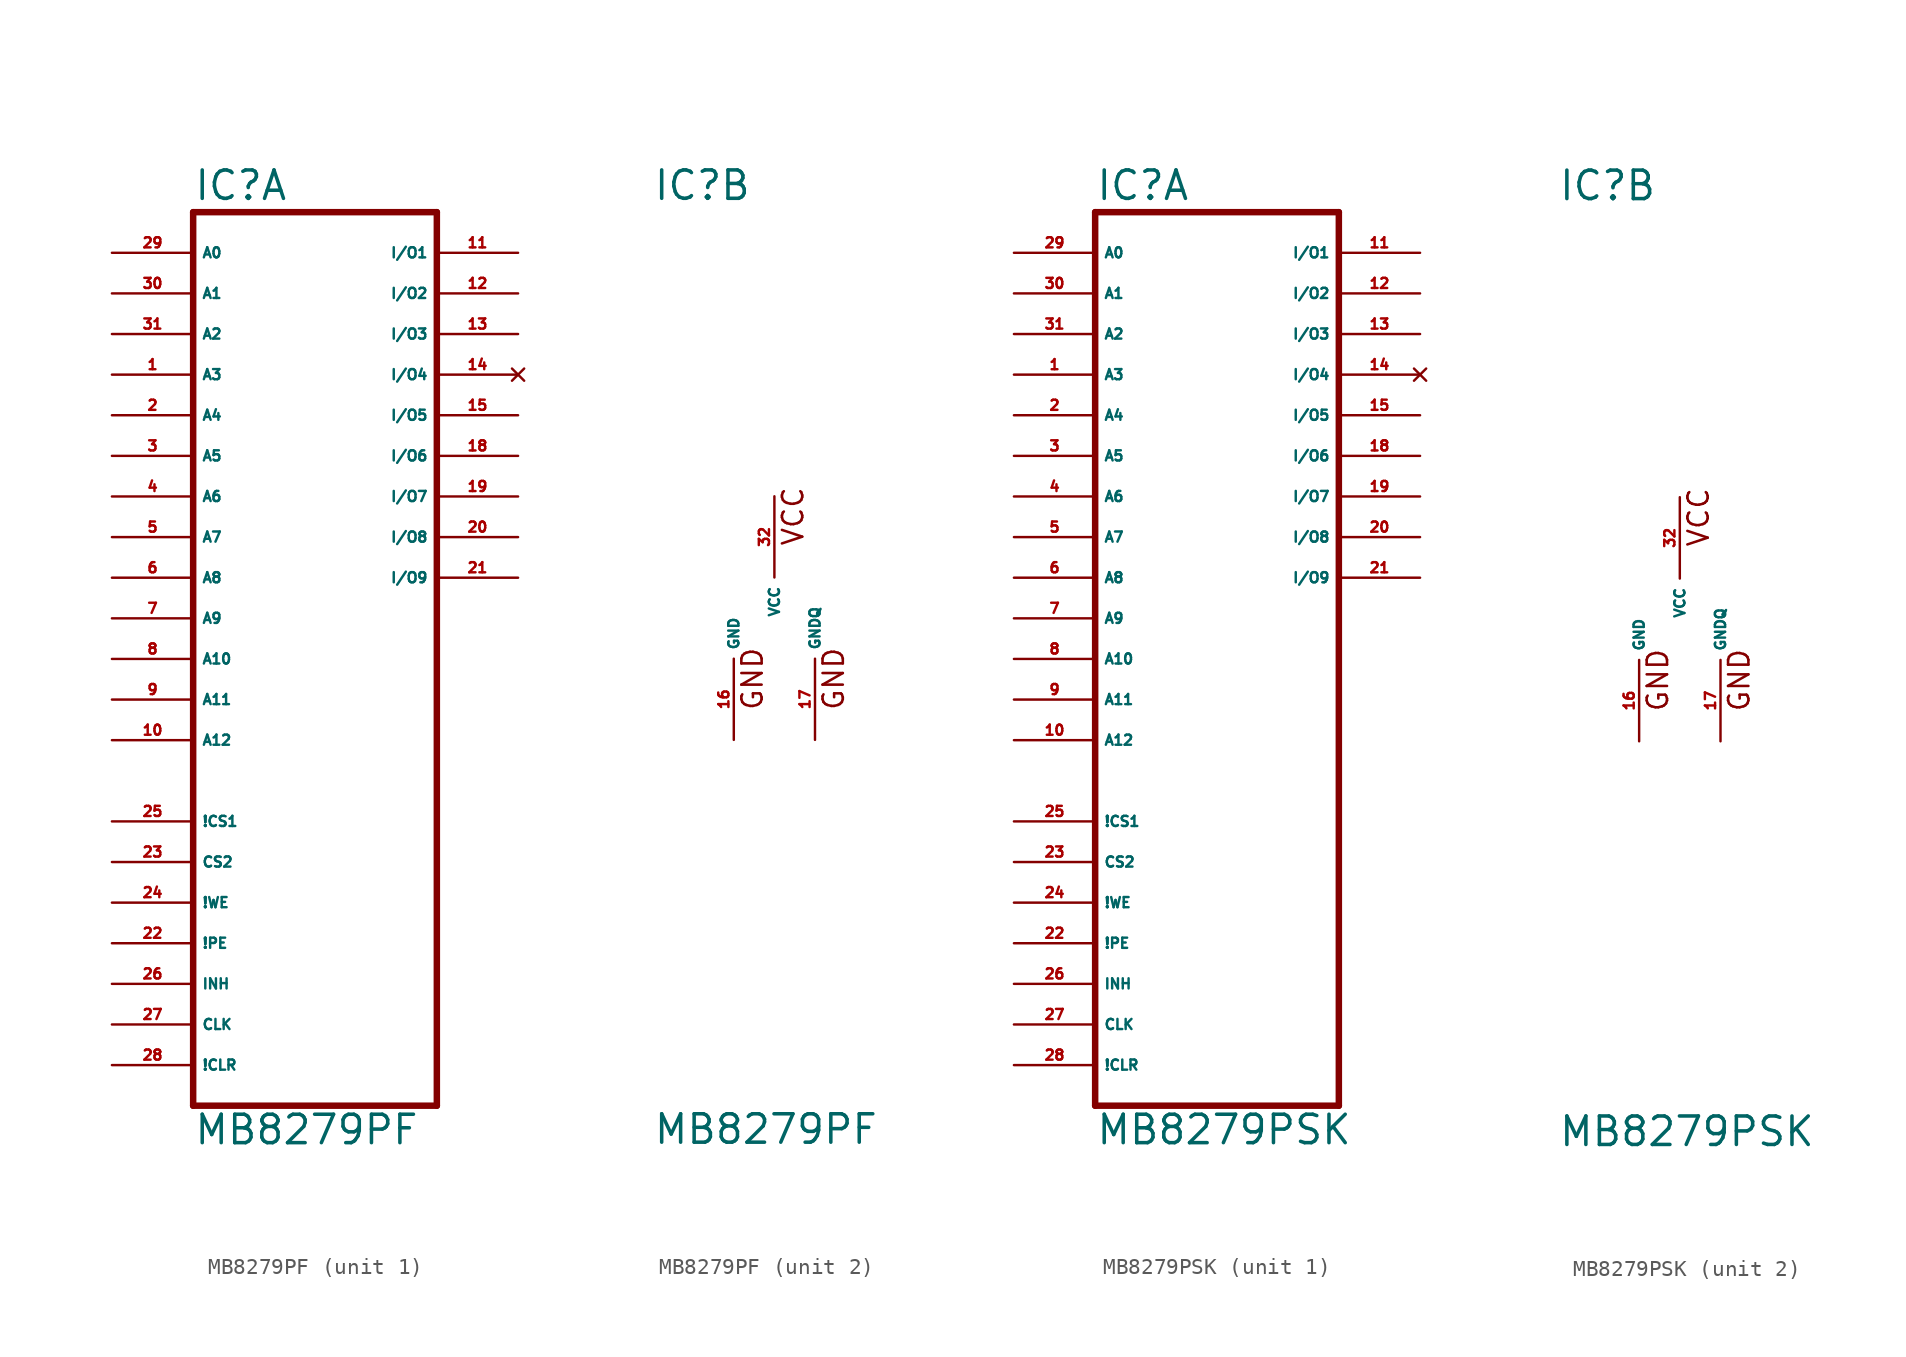
<source format=kicad_sym>
(kicad_symbol_lib
  (version 20220914)
  (generator Eagle2Kicad)
  (symbol "MB8279PF"
    (property "Reference" "IC"
      (at -7.62 26.035 0)
      (effects (font (size 1.778 1.778) (thickness 0.22)) (justify left bottom)))
    (property "Value" "MB8279PF"
      (at -7.62 -33.02 0)
      (effects (font (size 1.778 1.778) (thickness 0.22)) (justify left bottom)))
    (symbol "MB8279PF_1_0"
      (polyline (pts (xy -7.62 -30.48) (xy -7.62 25.4)) (stroke (width 0.406) (type default)) (fill (type none)))
      (polyline (pts (xy -7.62 25.4) (xy 7.62 25.4)) (stroke (width 0.406) (type default)) (fill (type none)))
      (polyline (pts (xy 7.62 25.4) (xy 7.62 -30.48)) (stroke (width 0.406) (type default)) (fill (type none)))
      (polyline (pts (xy 7.62 -30.48) (xy -7.62 -30.48)) (stroke (width 0.406) (type default)) (fill (type none)))
      (pin input line (at -12.7 22.86 0) (length 5.08) (name "A0" (effects (font (size 0.635 0.635) (thickness 0.08)) (justify left bottom))) (number "29" (effects (font (size 0.635 0.635) (thickness 0.08)) (justify left bottom))))
      (pin input line (at -12.7 20.32 0) (length 5.08) (name "A1" (effects (font (size 0.635 0.635) (thickness 0.08)) (justify left bottom))) (number "30" (effects (font (size 0.635 0.635) (thickness 0.08)) (justify left bottom))))
      (pin input line (at -12.7 17.78 0) (length 5.08) (name "A2" (effects (font (size 0.635 0.635) (thickness 0.08)) (justify left bottom))) (number "31" (effects (font (size 0.635 0.635) (thickness 0.08)) (justify left bottom))))
      (pin input line (at -12.7 15.24 0) (length 5.08) (name "A3" (effects (font (size 0.635 0.635) (thickness 0.08)) (justify left bottom))) (number "1" (effects (font (size 0.635 0.635) (thickness 0.08)) (justify left bottom))))
      (pin input line (at -12.7 12.7 0) (length 5.08) (name "A4" (effects (font (size 0.635 0.635) (thickness 0.08)) (justify left bottom))) (number "2" (effects (font (size 0.635 0.635) (thickness 0.08)) (justify left bottom))))
      (pin input line (at -12.7 7.62 0) (length 5.08) (name "A6" (effects (font (size 0.635 0.635) (thickness 0.08)) (justify left bottom))) (number "4" (effects (font (size 0.635 0.635) (thickness 0.08)) (justify left bottom))))
      (pin input line (at -12.7 10.16 0) (length 5.08) (name "A5" (effects (font (size 0.635 0.635) (thickness 0.08)) (justify left bottom))) (number "3" (effects (font (size 0.635 0.635) (thickness 0.08)) (justify left bottom))))
      (pin input line (at -12.7 5.08 0) (length 5.08) (name "A7" (effects (font (size 0.635 0.635) (thickness 0.08)) (justify left bottom))) (number "5" (effects (font (size 0.635 0.635) (thickness 0.08)) (justify left bottom))))
      (pin input line (at -12.7 2.54 0) (length 5.08) (name "A8" (effects (font (size 0.635 0.635) (thickness 0.08)) (justify left bottom))) (number "6" (effects (font (size 0.635 0.635) (thickness 0.08)) (justify left bottom))))
      (pin input line (at -12.7 0 0) (length 5.08) (name "A9" (effects (font (size 0.635 0.635) (thickness 0.08)) (justify left bottom))) (number "7" (effects (font (size 0.635 0.635) (thickness 0.08)) (justify left bottom))))
      (pin input line (at -12.7 -2.54 0) (length 5.08) (name "A10" (effects (font (size 0.635 0.635) (thickness 0.08)) (justify left bottom))) (number "8" (effects (font (size 0.635 0.635) (thickness 0.08)) (justify left bottom))))
      (pin input line (at -12.7 -5.08 0) (length 5.08) (name "A11" (effects (font (size 0.635 0.635) (thickness 0.08)) (justify left bottom))) (number "9" (effects (font (size 0.635 0.635) (thickness 0.08)) (justify left bottom))))
      (pin bidirectional line (at 12.7 22.86 180) (length 5.08) (name "I/O1" (effects (font (size 0.635 0.635) (thickness 0.08)) (justify left bottom))) (number "11" (effects (font (size 0.635 0.635) (thickness 0.08)) (justify left bottom))))
      (pin bidirectional line (at 12.7 20.32 180) (length 5.08) (name "I/O2" (effects (font (size 0.635 0.635) (thickness 0.08)) (justify left bottom))) (number "12" (effects (font (size 0.635 0.635) (thickness 0.08)) (justify left bottom))))
      (pin bidirectional line (at 12.7 17.78 180) (length 5.08) (name "I/O3" (effects (font (size 0.635 0.635) (thickness 0.08)) (justify left bottom))) (number "13" (effects (font (size 0.635 0.635) (thickness 0.08)) (justify left bottom))))
      (pin no_connect line (at 12.7 15.24 180) (length 5.08) (name "I/O4" (effects (font (size 0.635 0.635) (thickness 0.08)) (justify left bottom) hide)) (number "14" (effects (font (size 0.635 0.635) (thickness 0.08)) (justify left bottom) hide)))
      (pin input line (at -12.7 -15.24 0) (length 5.08) (name "CS2" (effects (font (size 0.635 0.635) (thickness 0.08)) (justify left bottom))) (number "23" (effects (font (size 0.635 0.635) (thickness 0.08)) (justify left bottom))))
      (pin input line (at -12.7 -17.78 0) (length 5.08) (name "!WE" (effects (font (size 0.635 0.635) (thickness 0.08)) (justify left bottom))) (number "24" (effects (font (size 0.635 0.635) (thickness 0.08)) (justify left bottom))))
      (pin input line (at -12.7 -7.62 0) (length 5.08) (name "A12" (effects (font (size 0.635 0.635) (thickness 0.08)) (justify left bottom))) (number "10" (effects (font (size 0.635 0.635) (thickness 0.08)) (justify left bottom))))
      (pin input line (at -12.7 -20.32 0) (length 5.08) (name "!PE" (effects (font (size 0.635 0.635) (thickness 0.08)) (justify left bottom))) (number "22" (effects (font (size 0.635 0.635) (thickness 0.08)) (justify left bottom))))
      (pin bidirectional line (at 12.7 12.7 180) (length 5.08) (name "I/O5" (effects (font (size 0.635 0.635) (thickness 0.08)) (justify left bottom))) (number "15" (effects (font (size 0.635 0.635) (thickness 0.08)) (justify left bottom))))
      (pin bidirectional line (at 12.7 10.16 180) (length 5.08) (name "I/O6" (effects (font (size 0.635 0.635) (thickness 0.08)) (justify left bottom))) (number "18" (effects (font (size 0.635 0.635) (thickness 0.08)) (justify left bottom))))
      (pin bidirectional line (at 12.7 7.62 180) (length 5.08) (name "I/O7" (effects (font (size 0.635 0.635) (thickness 0.08)) (justify left bottom))) (number "19" (effects (font (size 0.635 0.635) (thickness 0.08)) (justify left bottom))))
      (pin bidirectional line (at 12.7 5.08 180) (length 5.08) (name "I/O8" (effects (font (size 0.635 0.635) (thickness 0.08)) (justify left bottom))) (number "20" (effects (font (size 0.635 0.635) (thickness 0.08)) (justify left bottom))))
      (pin bidirectional line (at 12.7 2.54 180) (length 5.08) (name "I/O9" (effects (font (size 0.635 0.635) (thickness 0.08)) (justify left bottom))) (number "21" (effects (font (size 0.635 0.635) (thickness 0.08)) (justify left bottom))))
      (pin input line (at -12.7 -12.7 0) (length 5.08) (name "!CS1" (effects (font (size 0.635 0.635) (thickness 0.08)) (justify left bottom))) (number "25" (effects (font (size 0.635 0.635) (thickness 0.08)) (justify left bottom))))
      (pin input line (at -12.7 -22.86 0) (length 5.08) (name "INH" (effects (font (size 0.635 0.635) (thickness 0.08)) (justify left bottom))) (number "26" (effects (font (size 0.635 0.635) (thickness 0.08)) (justify left bottom))))
      (pin input line (at -12.7 -25.4 0) (length 5.08) (name "CLK" (effects (font (size 0.635 0.635) (thickness 0.08)) (justify left bottom))) (number "27" (effects (font (size 0.635 0.635) (thickness 0.08)) (justify left bottom))))
      (pin input line (at -12.7 -27.94 0) (length 5.08) (name "!CLR" (effects (font (size 0.635 0.635) (thickness 0.08)) (justify left bottom))) (number "28" (effects (font (size 0.635 0.635) (thickness 0.08)) (justify left bottom)))))
    (symbol "MB8279PF_2_0"
      (text "GND" (at 4.445 -5.842 900) (effects (font (size 1.27 1.27) (thickness 0.16)) (justify left bottom)))
      (text "VCC" (at 1.905 4.445 900) (effects (font (size 1.27 1.27) (thickness 0.16)) (justify left bottom)))
      (text "GND" (at -0.635 -5.842 900) (effects (font (size 1.27 1.27) (thickness 0.16)) (justify left bottom)))
      (pin unspecified line (at -2.54 -7.62 90) (length 5.08) (name "GND" (effects (font (size 0.635 0.635) (thickness 0.08)) (justify left bottom))) (number "16" (effects (font (size 0.635 0.635) (thickness 0.08)) (justify left bottom))))
      (pin unspecified line (at 0 7.62 270) (length 5.08) (name "VCC" (effects (font (size 0.635 0.635) (thickness 0.08)) (justify left bottom))) (number "32" (effects (font (size 0.635 0.635) (thickness 0.08)) (justify left bottom))))
      (pin unspecified line (at 2.54 -7.62 90) (length 5.08) (name "GNDQ" (effects (font (size 0.635 0.635) (thickness 0.08)) (justify left bottom))) (number "17" (effects (font (size 0.635 0.635) (thickness 0.08)) (justify left bottom))))))
  (symbol "MB8279PSK"
    (property "Reference" "IC"
      (at -7.62 26.035 0)
      (effects (font (size 1.778 1.778) (thickness 0.22)) (justify left bottom)))
    (property "Value" "MB8279PSK"
      (at -7.62 -33.02 0)
      (effects (font (size 1.778 1.778) (thickness 0.22)) (justify left bottom)))
    (symbol "MB8279PSK_1_0"
      (polyline (pts (xy -7.62 -30.48) (xy -7.62 25.4)) (stroke (width 0.406) (type default)) (fill (type none)))
      (polyline (pts (xy -7.62 25.4) (xy 7.62 25.4)) (stroke (width 0.406) (type default)) (fill (type none)))
      (polyline (pts (xy 7.62 25.4) (xy 7.62 -30.48)) (stroke (width 0.406) (type default)) (fill (type none)))
      (polyline (pts (xy 7.62 -30.48) (xy -7.62 -30.48)) (stroke (width 0.406) (type default)) (fill (type none)))
      (pin input line (at -12.7 22.86 0) (length 5.08) (name "A0" (effects (font (size 0.635 0.635) (thickness 0.08)) (justify left bottom))) (number "29" (effects (font (size 0.635 0.635) (thickness 0.08)) (justify left bottom))))
      (pin input line (at -12.7 20.32 0) (length 5.08) (name "A1" (effects (font (size 0.635 0.635) (thickness 0.08)) (justify left bottom))) (number "30" (effects (font (size 0.635 0.635) (thickness 0.08)) (justify left bottom))))
      (pin input line (at -12.7 17.78 0) (length 5.08) (name "A2" (effects (font (size 0.635 0.635) (thickness 0.08)) (justify left bottom))) (number "31" (effects (font (size 0.635 0.635) (thickness 0.08)) (justify left bottom))))
      (pin input line (at -12.7 15.24 0) (length 5.08) (name "A3" (effects (font (size 0.635 0.635) (thickness 0.08)) (justify left bottom))) (number "1" (effects (font (size 0.635 0.635) (thickness 0.08)) (justify left bottom))))
      (pin input line (at -12.7 12.7 0) (length 5.08) (name "A4" (effects (font (size 0.635 0.635) (thickness 0.08)) (justify left bottom))) (number "2" (effects (font (size 0.635 0.635) (thickness 0.08)) (justify left bottom))))
      (pin input line (at -12.7 7.62 0) (length 5.08) (name "A6" (effects (font (size 0.635 0.635) (thickness 0.08)) (justify left bottom))) (number "4" (effects (font (size 0.635 0.635) (thickness 0.08)) (justify left bottom))))
      (pin input line (at -12.7 10.16 0) (length 5.08) (name "A5" (effects (font (size 0.635 0.635) (thickness 0.08)) (justify left bottom))) (number "3" (effects (font (size 0.635 0.635) (thickness 0.08)) (justify left bottom))))
      (pin input line (at -12.7 5.08 0) (length 5.08) (name "A7" (effects (font (size 0.635 0.635) (thickness 0.08)) (justify left bottom))) (number "5" (effects (font (size 0.635 0.635) (thickness 0.08)) (justify left bottom))))
      (pin input line (at -12.7 2.54 0) (length 5.08) (name "A8" (effects (font (size 0.635 0.635) (thickness 0.08)) (justify left bottom))) (number "6" (effects (font (size 0.635 0.635) (thickness 0.08)) (justify left bottom))))
      (pin input line (at -12.7 0 0) (length 5.08) (name "A9" (effects (font (size 0.635 0.635) (thickness 0.08)) (justify left bottom))) (number "7" (effects (font (size 0.635 0.635) (thickness 0.08)) (justify left bottom))))
      (pin input line (at -12.7 -2.54 0) (length 5.08) (name "A10" (effects (font (size 0.635 0.635) (thickness 0.08)) (justify left bottom))) (number "8" (effects (font (size 0.635 0.635) (thickness 0.08)) (justify left bottom))))
      (pin input line (at -12.7 -5.08 0) (length 5.08) (name "A11" (effects (font (size 0.635 0.635) (thickness 0.08)) (justify left bottom))) (number "9" (effects (font (size 0.635 0.635) (thickness 0.08)) (justify left bottom))))
      (pin bidirectional line (at 12.7 22.86 180) (length 5.08) (name "I/O1" (effects (font (size 0.635 0.635) (thickness 0.08)) (justify left bottom))) (number "11" (effects (font (size 0.635 0.635) (thickness 0.08)) (justify left bottom))))
      (pin bidirectional line (at 12.7 20.32 180) (length 5.08) (name "I/O2" (effects (font (size 0.635 0.635) (thickness 0.08)) (justify left bottom))) (number "12" (effects (font (size 0.635 0.635) (thickness 0.08)) (justify left bottom))))
      (pin bidirectional line (at 12.7 17.78 180) (length 5.08) (name "I/O3" (effects (font (size 0.635 0.635) (thickness 0.08)) (justify left bottom))) (number "13" (effects (font (size 0.635 0.635) (thickness 0.08)) (justify left bottom))))
      (pin no_connect line (at 12.7 15.24 180) (length 5.08) (name "I/O4" (effects (font (size 0.635 0.635) (thickness 0.08)) (justify left bottom) hide)) (number "14" (effects (font (size 0.635 0.635) (thickness 0.08)) (justify left bottom) hide)))
      (pin input line (at -12.7 -15.24 0) (length 5.08) (name "CS2" (effects (font (size 0.635 0.635) (thickness 0.08)) (justify left bottom))) (number "23" (effects (font (size 0.635 0.635) (thickness 0.08)) (justify left bottom))))
      (pin input line (at -12.7 -17.78 0) (length 5.08) (name "!WE" (effects (font (size 0.635 0.635) (thickness 0.08)) (justify left bottom))) (number "24" (effects (font (size 0.635 0.635) (thickness 0.08)) (justify left bottom))))
      (pin input line (at -12.7 -7.62 0) (length 5.08) (name "A12" (effects (font (size 0.635 0.635) (thickness 0.08)) (justify left bottom))) (number "10" (effects (font (size 0.635 0.635) (thickness 0.08)) (justify left bottom))))
      (pin input line (at -12.7 -20.32 0) (length 5.08) (name "!PE" (effects (font (size 0.635 0.635) (thickness 0.08)) (justify left bottom))) (number "22" (effects (font (size 0.635 0.635) (thickness 0.08)) (justify left bottom))))
      (pin bidirectional line (at 12.7 12.7 180) (length 5.08) (name "I/O5" (effects (font (size 0.635 0.635) (thickness 0.08)) (justify left bottom))) (number "15" (effects (font (size 0.635 0.635) (thickness 0.08)) (justify left bottom))))
      (pin bidirectional line (at 12.7 10.16 180) (length 5.08) (name "I/O6" (effects (font (size 0.635 0.635) (thickness 0.08)) (justify left bottom))) (number "18" (effects (font (size 0.635 0.635) (thickness 0.08)) (justify left bottom))))
      (pin bidirectional line (at 12.7 7.62 180) (length 5.08) (name "I/O7" (effects (font (size 0.635 0.635) (thickness 0.08)) (justify left bottom))) (number "19" (effects (font (size 0.635 0.635) (thickness 0.08)) (justify left bottom))))
      (pin bidirectional line (at 12.7 5.08 180) (length 5.08) (name "I/O8" (effects (font (size 0.635 0.635) (thickness 0.08)) (justify left bottom))) (number "20" (effects (font (size 0.635 0.635) (thickness 0.08)) (justify left bottom))))
      (pin bidirectional line (at 12.7 2.54 180) (length 5.08) (name "I/O9" (effects (font (size 0.635 0.635) (thickness 0.08)) (justify left bottom))) (number "21" (effects (font (size 0.635 0.635) (thickness 0.08)) (justify left bottom))))
      (pin input line (at -12.7 -12.7 0) (length 5.08) (name "!CS1" (effects (font (size 0.635 0.635) (thickness 0.08)) (justify left bottom))) (number "25" (effects (font (size 0.635 0.635) (thickness 0.08)) (justify left bottom))))
      (pin input line (at -12.7 -22.86 0) (length 5.08) (name "INH" (effects (font (size 0.635 0.635) (thickness 0.08)) (justify left bottom))) (number "26" (effects (font (size 0.635 0.635) (thickness 0.08)) (justify left bottom))))
      (pin input line (at -12.7 -25.4 0) (length 5.08) (name "CLK" (effects (font (size 0.635 0.635) (thickness 0.08)) (justify left bottom))) (number "27" (effects (font (size 0.635 0.635) (thickness 0.08)) (justify left bottom))))
      (pin input line (at -12.7 -27.94 0) (length 5.08) (name "!CLR" (effects (font (size 0.635 0.635) (thickness 0.08)) (justify left bottom))) (number "28" (effects (font (size 0.635 0.635) (thickness 0.08)) (justify left bottom)))))
    (symbol "MB8279PSK_2_0"
      (text "GND" (at 4.445 -5.842 900) (effects (font (size 1.27 1.27) (thickness 0.16)) (justify left bottom)))
      (text "VCC" (at 1.905 4.445 900) (effects (font (size 1.27 1.27) (thickness 0.16)) (justify left bottom)))
      (text "GND" (at -0.635 -5.842 900) (effects (font (size 1.27 1.27) (thickness 0.16)) (justify left bottom)))
      (pin unspecified line (at -2.54 -7.62 90) (length 5.08) (name "GND" (effects (font (size 0.635 0.635) (thickness 0.08)) (justify left bottom))) (number "16" (effects (font (size 0.635 0.635) (thickness 0.08)) (justify left bottom))))
      (pin unspecified line (at 0 7.62 270) (length 5.08) (name "VCC" (effects (font (size 0.635 0.635) (thickness 0.08)) (justify left bottom))) (number "32" (effects (font (size 0.635 0.635) (thickness 0.08)) (justify left bottom))))
      (pin unspecified line (at 2.54 -7.62 90) (length 5.08) (name "GNDQ" (effects (font (size 0.635 0.635) (thickness 0.08)) (justify left bottom))) (number "17" (effects (font (size 0.635 0.635) (thickness 0.08)) (justify left bottom)))))))
</source>
